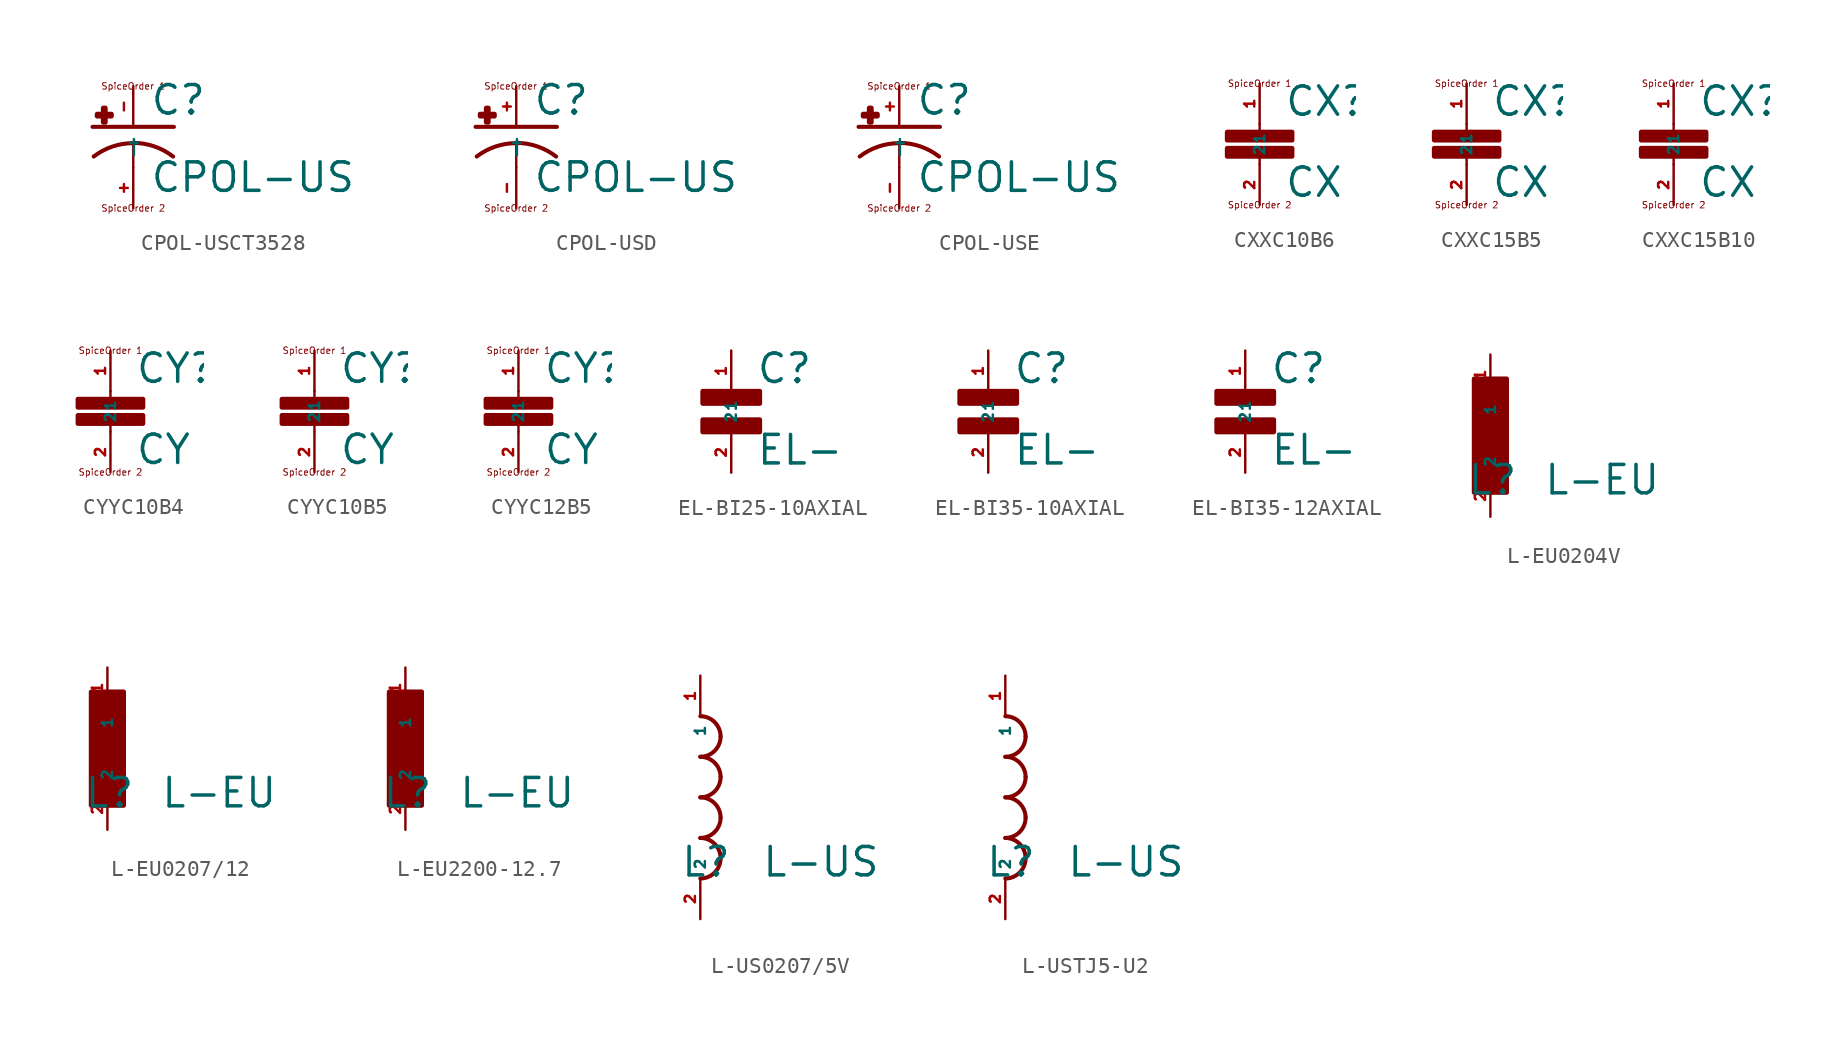
<source format=kicad_sym>
(kicad_symbol_lib
  (version 20220914)
  (generator Eagle2Kicad)
  (symbol "CPOL-USCT3528"
    (property "Reference" "C"
      (at 1.016 0.635 0)
      (effects (font (size 1.778 1.778) (thickness 0.22)) (justify left bottom)))
    (property "Value" "CPOL-US"
      (at 1.016 -4.191 0)
      (effects (font (size 1.778 1.778) (thickness 0.22)) (justify left bottom)))
    (polyline
      (pts (xy -2.54 0) (xy 2.54 0))
      (stroke (width 0.254) (type default))
      (fill (type none)))
    (polyline
      (pts (xy 0 -1.016) (xy 0 -2.54))
      (stroke (width 0.152) (type default))
      (fill (type none)))
    (arc
      (start 2.4892 -1.8542)
      (mid 1.316 -1.220)
      (end 0 -1)
      (stroke (width 0.254) (type default))
      (fill (type none)))
    (arc
      (start 0 -1.0161)
      (mid -1.302 -1.230)
      (end -2.4669 -1.8504)
      (stroke (width 0.254) (type default))
      (fill (type none)))
    (text "SpiceOrder 1"
      (at 0 2.54 0)
      (effects (font (size 0.406 0.406) (thickness 0.05))))
    (text "SpiceOrder 2"
      (at 0 -5.08 0)
      (effects (font (size 0.406 0.406) (thickness 0.05))))
    (rectangle
      (start -2.253 0.668)
      (end -1.364 0.795)
      (stroke (width 0.3) (type default))
      (fill (type outline)))
    (rectangle
      (start -1.872 0.287)
      (end -1.745 1.176)
      (stroke (width 0.3) (type default))
      (fill (type outline)))
    (pin passive line
      (at 0 2.54 270)
      (length 2.54)
      (name "+" (effects (font (size 0.635 0.635) (thickness 0.08)) (justify left bottom)))
      (number "-" (effects (font (size 0.635 0.635) (thickness 0.08)) (justify left bottom))))
    (pin passive line
      (at 0 -5.08 90)
      (length 2.54)
      (name "-" (effects (font (size 0.635 0.635) (thickness 0.08)) (justify left bottom)))
      (number "+" (effects (font (size 0.635 0.635) (thickness 0.08)) (justify left bottom)))))
  (symbol "CPOL-USD"
    (property "Reference" "C"
      (at 1.016 0.635 0)
      (effects (font (size 1.778 1.778) (thickness 0.22)) (justify left bottom)))
    (property "Value" "CPOL-US"
      (at 1.016 -4.191 0)
      (effects (font (size 1.778 1.778) (thickness 0.22)) (justify left bottom)))
    (polyline
      (pts (xy -2.54 0) (xy 2.54 0))
      (stroke (width 0.254) (type default))
      (fill (type none)))
    (polyline
      (pts (xy 0 -1.016) (xy 0 -2.54))
      (stroke (width 0.152) (type default))
      (fill (type none)))
    (arc
      (start 2.4892 -1.8542)
      (mid 1.316 -1.220)
      (end 0 -1)
      (stroke (width 0.254) (type default))
      (fill (type none)))
    (arc
      (start 0 -1.0161)
      (mid -1.302 -1.230)
      (end -2.4669 -1.8504)
      (stroke (width 0.254) (type default))
      (fill (type none)))
    (text "SpiceOrder 1"
      (at 0 2.54 0)
      (effects (font (size 0.406 0.406) (thickness 0.05))))
    (text "SpiceOrder 2"
      (at 0 -5.08 0)
      (effects (font (size 0.406 0.406) (thickness 0.05))))
    (rectangle
      (start -2.253 0.668)
      (end -1.364 0.795)
      (stroke (width 0.3) (type default))
      (fill (type outline)))
    (rectangle
      (start -1.872 0.287)
      (end -1.745 1.176)
      (stroke (width 0.3) (type default))
      (fill (type outline)))
    (pin passive line
      (at 0 2.54 270)
      (length 2.54)
      (name "+" (effects (font (size 0.635 0.635) (thickness 0.08)) (justify left bottom)))
      (number "+" (effects (font (size 0.635 0.635) (thickness 0.08)) (justify left bottom))))
    (pin passive line
      (at 0 -5.08 90)
      (length 2.54)
      (name "-" (effects (font (size 0.635 0.635) (thickness 0.08)) (justify left bottom)))
      (number "-" (effects (font (size 0.635 0.635) (thickness 0.08)) (justify left bottom)))))
  (symbol "CPOL-USE"
    (property "Reference" "C"
      (at 1.016 0.635 0)
      (effects (font (size 1.778 1.778) (thickness 0.22)) (justify left bottom)))
    (property "Value" "CPOL-US"
      (at 1.016 -4.191 0)
      (effects (font (size 1.778 1.778) (thickness 0.22)) (justify left bottom)))
    (polyline
      (pts (xy -2.54 0) (xy 2.54 0))
      (stroke (width 0.254) (type default))
      (fill (type none)))
    (polyline
      (pts (xy 0 -1.016) (xy 0 -2.54))
      (stroke (width 0.152) (type default))
      (fill (type none)))
    (arc
      (start 2.4892 -1.8542)
      (mid 1.316 -1.220)
      (end 0 -1)
      (stroke (width 0.254) (type default))
      (fill (type none)))
    (arc
      (start 0 -1.0161)
      (mid -1.302 -1.230)
      (end -2.4669 -1.8504)
      (stroke (width 0.254) (type default))
      (fill (type none)))
    (text "SpiceOrder 1"
      (at 0 2.54 0)
      (effects (font (size 0.406 0.406) (thickness 0.05))))
    (text "SpiceOrder 2"
      (at 0 -5.08 0)
      (effects (font (size 0.406 0.406) (thickness 0.05))))
    (rectangle
      (start -2.253 0.668)
      (end -1.364 0.795)
      (stroke (width 0.3) (type default))
      (fill (type outline)))
    (rectangle
      (start -1.872 0.287)
      (end -1.745 1.176)
      (stroke (width 0.3) (type default))
      (fill (type outline)))
    (pin passive line
      (at 0 2.54 270)
      (length 2.54)
      (name "+" (effects (font (size 0.635 0.635) (thickness 0.08)) (justify left bottom)))
      (number "+" (effects (font (size 0.635 0.635) (thickness 0.08)) (justify left bottom))))
    (pin passive line
      (at 0 -5.08 90)
      (length 2.54)
      (name "-" (effects (font (size 0.635 0.635) (thickness 0.08)) (justify left bottom)))
      (number "-" (effects (font (size 0.635 0.635) (thickness 0.08)) (justify left bottom)))))
  (symbol "CXXC10B6"
    (property "Reference" "CX"
      (at 1.524 0.381 0)
      (effects (font (size 1.778 1.778) (thickness 0.22)) (justify left bottom)))
    (property "Value" "CX"
      (at 1.524 -4.699 0)
      (effects (font (size 1.778 1.778) (thickness 0.22)) (justify left bottom)))
    (polyline
      (pts (xy 0 0) (xy 0 -0.508))
      (stroke (width 0.152) (type default))
      (fill (type none)))
    (polyline
      (pts (xy 0 -2.54) (xy 0 -2.032))
      (stroke (width 0.152) (type default))
      (fill (type none)))
    (text "SpiceOrder 1"
      (at 0 2.54 0)
      (effects (font (size 0.406 0.406) (thickness 0.05))))
    (text "SpiceOrder 2"
      (at 0 -5.08 0)
      (effects (font (size 0.406 0.406) (thickness 0.05))))
    (rectangle
      (start -2.032 -2.032)
      (end 2.032 -1.524)
      (stroke (width 0.3) (type default))
      (fill (type outline)))
    (rectangle
      (start -2.032 -1.016)
      (end 2.032 -0.508)
      (stroke (width 0.3) (type default))
      (fill (type outline)))
    (pin passive line
      (at 0 2.54 270)
      (length 2.54)
      (name "1" (effects (font (size 0.635 0.635) (thickness 0.08)) (justify left bottom)))
      (number "1" (effects (font (size 0.635 0.635) (thickness 0.08)) (justify left bottom))))
    (pin passive line
      (at 0 -5.08 90)
      (length 2.54)
      (name "2" (effects (font (size 0.635 0.635) (thickness 0.08)) (justify left bottom)))
      (number "2" (effects (font (size 0.635 0.635) (thickness 0.08)) (justify left bottom)))))
  (symbol "CXXC15B5"
    (property "Reference" "CX"
      (at 1.524 0.381 0)
      (effects (font (size 1.778 1.778) (thickness 0.22)) (justify left bottom)))
    (property "Value" "CX"
      (at 1.524 -4.699 0)
      (effects (font (size 1.778 1.778) (thickness 0.22)) (justify left bottom)))
    (polyline
      (pts (xy 0 0) (xy 0 -0.508))
      (stroke (width 0.152) (type default))
      (fill (type none)))
    (polyline
      (pts (xy 0 -2.54) (xy 0 -2.032))
      (stroke (width 0.152) (type default))
      (fill (type none)))
    (text "SpiceOrder 1"
      (at 0 2.54 0)
      (effects (font (size 0.406 0.406) (thickness 0.05))))
    (text "SpiceOrder 2"
      (at 0 -5.08 0)
      (effects (font (size 0.406 0.406) (thickness 0.05))))
    (rectangle
      (start -2.032 -2.032)
      (end 2.032 -1.524)
      (stroke (width 0.3) (type default))
      (fill (type outline)))
    (rectangle
      (start -2.032 -1.016)
      (end 2.032 -0.508)
      (stroke (width 0.3) (type default))
      (fill (type outline)))
    (pin passive line
      (at 0 2.54 270)
      (length 2.54)
      (name "1" (effects (font (size 0.635 0.635) (thickness 0.08)) (justify left bottom)))
      (number "1" (effects (font (size 0.635 0.635) (thickness 0.08)) (justify left bottom))))
    (pin passive line
      (at 0 -5.08 90)
      (length 2.54)
      (name "2" (effects (font (size 0.635 0.635) (thickness 0.08)) (justify left bottom)))
      (number "2" (effects (font (size 0.635 0.635) (thickness 0.08)) (justify left bottom)))))
  (symbol "CXXC15B10"
    (property "Reference" "CX"
      (at 1.524 0.381 0)
      (effects (font (size 1.778 1.778) (thickness 0.22)) (justify left bottom)))
    (property "Value" "CX"
      (at 1.524 -4.699 0)
      (effects (font (size 1.778 1.778) (thickness 0.22)) (justify left bottom)))
    (polyline
      (pts (xy 0 0) (xy 0 -0.508))
      (stroke (width 0.152) (type default))
      (fill (type none)))
    (polyline
      (pts (xy 0 -2.54) (xy 0 -2.032))
      (stroke (width 0.152) (type default))
      (fill (type none)))
    (text "SpiceOrder 1"
      (at 0 2.54 0)
      (effects (font (size 0.406 0.406) (thickness 0.05))))
    (text "SpiceOrder 2"
      (at 0 -5.08 0)
      (effects (font (size 0.406 0.406) (thickness 0.05))))
    (rectangle
      (start -2.032 -2.032)
      (end 2.032 -1.524)
      (stroke (width 0.3) (type default))
      (fill (type outline)))
    (rectangle
      (start -2.032 -1.016)
      (end 2.032 -0.508)
      (stroke (width 0.3) (type default))
      (fill (type outline)))
    (pin passive line
      (at 0 2.54 270)
      (length 2.54)
      (name "1" (effects (font (size 0.635 0.635) (thickness 0.08)) (justify left bottom)))
      (number "1" (effects (font (size 0.635 0.635) (thickness 0.08)) (justify left bottom))))
    (pin passive line
      (at 0 -5.08 90)
      (length 2.54)
      (name "2" (effects (font (size 0.635 0.635) (thickness 0.08)) (justify left bottom)))
      (number "2" (effects (font (size 0.635 0.635) (thickness 0.08)) (justify left bottom)))))
  (symbol "CYYC10B4"
    (property "Reference" "CY"
      (at 1.524 0.381 0)
      (effects (font (size 1.778 1.778) (thickness 0.22)) (justify left bottom)))
    (property "Value" "CY"
      (at 1.524 -4.699 0)
      (effects (font (size 1.778 1.778) (thickness 0.22)) (justify left bottom)))
    (polyline
      (pts (xy 0 0) (xy 0 -0.508))
      (stroke (width 0.152) (type default))
      (fill (type none)))
    (polyline
      (pts (xy 0 -2.54) (xy 0 -2.032))
      (stroke (width 0.152) (type default))
      (fill (type none)))
    (text "SpiceOrder 1"
      (at 0 2.54 0)
      (effects (font (size 0.406 0.406) (thickness 0.05))))
    (text "SpiceOrder 2"
      (at 0 -5.08 0)
      (effects (font (size 0.406 0.406) (thickness 0.05))))
    (rectangle
      (start -2.032 -2.032)
      (end 2.032 -1.524)
      (stroke (width 0.3) (type default))
      (fill (type outline)))
    (rectangle
      (start -2.032 -1.016)
      (end 2.032 -0.508)
      (stroke (width 0.3) (type default))
      (fill (type outline)))
    (pin passive line
      (at 0 2.54 270)
      (length 2.54)
      (name "1" (effects (font (size 0.635 0.635) (thickness 0.08)) (justify left bottom)))
      (number "1" (effects (font (size 0.635 0.635) (thickness 0.08)) (justify left bottom))))
    (pin passive line
      (at 0 -5.08 90)
      (length 2.54)
      (name "2" (effects (font (size 0.635 0.635) (thickness 0.08)) (justify left bottom)))
      (number "2" (effects (font (size 0.635 0.635) (thickness 0.08)) (justify left bottom)))))
  (symbol "CYYC10B5"
    (property "Reference" "CY"
      (at 1.524 0.381 0)
      (effects (font (size 1.778 1.778) (thickness 0.22)) (justify left bottom)))
    (property "Value" "CY"
      (at 1.524 -4.699 0)
      (effects (font (size 1.778 1.778) (thickness 0.22)) (justify left bottom)))
    (polyline
      (pts (xy 0 0) (xy 0 -0.508))
      (stroke (width 0.152) (type default))
      (fill (type none)))
    (polyline
      (pts (xy 0 -2.54) (xy 0 -2.032))
      (stroke (width 0.152) (type default))
      (fill (type none)))
    (text "SpiceOrder 1"
      (at 0 2.54 0)
      (effects (font (size 0.406 0.406) (thickness 0.05))))
    (text "SpiceOrder 2"
      (at 0 -5.08 0)
      (effects (font (size 0.406 0.406) (thickness 0.05))))
    (rectangle
      (start -2.032 -2.032)
      (end 2.032 -1.524)
      (stroke (width 0.3) (type default))
      (fill (type outline)))
    (rectangle
      (start -2.032 -1.016)
      (end 2.032 -0.508)
      (stroke (width 0.3) (type default))
      (fill (type outline)))
    (pin passive line
      (at 0 2.54 270)
      (length 2.54)
      (name "1" (effects (font (size 0.635 0.635) (thickness 0.08)) (justify left bottom)))
      (number "1" (effects (font (size 0.635 0.635) (thickness 0.08)) (justify left bottom))))
    (pin passive line
      (at 0 -5.08 90)
      (length 2.54)
      (name "2" (effects (font (size 0.635 0.635) (thickness 0.08)) (justify left bottom)))
      (number "2" (effects (font (size 0.635 0.635) (thickness 0.08)) (justify left bottom)))))
  (symbol "CYYC12B5"
    (property "Reference" "CY"
      (at 1.524 0.381 0)
      (effects (font (size 1.778 1.778) (thickness 0.22)) (justify left bottom)))
    (property "Value" "CY"
      (at 1.524 -4.699 0)
      (effects (font (size 1.778 1.778) (thickness 0.22)) (justify left bottom)))
    (polyline
      (pts (xy 0 0) (xy 0 -0.508))
      (stroke (width 0.152) (type default))
      (fill (type none)))
    (polyline
      (pts (xy 0 -2.54) (xy 0 -2.032))
      (stroke (width 0.152) (type default))
      (fill (type none)))
    (text "SpiceOrder 1"
      (at 0 2.54 0)
      (effects (font (size 0.406 0.406) (thickness 0.05))))
    (text "SpiceOrder 2"
      (at 0 -5.08 0)
      (effects (font (size 0.406 0.406) (thickness 0.05))))
    (rectangle
      (start -2.032 -2.032)
      (end 2.032 -1.524)
      (stroke (width 0.3) (type default))
      (fill (type outline)))
    (rectangle
      (start -2.032 -1.016)
      (end 2.032 -0.508)
      (stroke (width 0.3) (type default))
      (fill (type outline)))
    (pin passive line
      (at 0 2.54 270)
      (length 2.54)
      (name "1" (effects (font (size 0.635 0.635) (thickness 0.08)) (justify left bottom)))
      (number "1" (effects (font (size 0.635 0.635) (thickness 0.08)) (justify left bottom))))
    (pin passive line
      (at 0 -5.08 90)
      (length 2.54)
      (name "2" (effects (font (size 0.635 0.635) (thickness 0.08)) (justify left bottom)))
      (number "2" (effects (font (size 0.635 0.635) (thickness 0.08)) (justify left bottom)))))
  (symbol "EL-BI25-10AXIAL"
    (property "Reference" "C"
      (at 1.524 0.381 0)
      (effects (font (size 1.778 1.778) (thickness 0.22)) (justify left bottom)))
    (property "Value" "EL-"
      (at 1.524 -4.699 0)
      (effects (font (size 1.778 1.778) (thickness 0.22)) (justify left bottom)))
    (rectangle
      (start -1.778 -0.762)
      (end 1.778 0)
      (stroke (width 0.3) (type default))
      (fill (type outline)))
    (rectangle
      (start -1.778 -2.54)
      (end 1.778 -1.778)
      (stroke (width 0.3) (type default))
      (fill (type outline)))
    (pin passive line
      (at 0 2.54 270)
      (length 2.54)
      (name "1" (effects (font (size 0.635 0.635) (thickness 0.08)) (justify left bottom)))
      (number "1" (effects (font (size 0.635 0.635) (thickness 0.08)) (justify left bottom))))
    (pin passive line
      (at 0 -5.08 90)
      (length 2.54)
      (name "2" (effects (font (size 0.635 0.635) (thickness 0.08)) (justify left bottom)))
      (number "2" (effects (font (size 0.635 0.635) (thickness 0.08)) (justify left bottom)))))
  (symbol "EL-BI35-10AXIAL"
    (property "Reference" "C"
      (at 1.524 0.381 0)
      (effects (font (size 1.778 1.778) (thickness 0.22)) (justify left bottom)))
    (property "Value" "EL-"
      (at 1.524 -4.699 0)
      (effects (font (size 1.778 1.778) (thickness 0.22)) (justify left bottom)))
    (rectangle
      (start -1.778 -0.762)
      (end 1.778 0)
      (stroke (width 0.3) (type default))
      (fill (type outline)))
    (rectangle
      (start -1.778 -2.54)
      (end 1.778 -1.778)
      (stroke (width 0.3) (type default))
      (fill (type outline)))
    (pin passive line
      (at 0 2.54 270)
      (length 2.54)
      (name "1" (effects (font (size 0.635 0.635) (thickness 0.08)) (justify left bottom)))
      (number "1" (effects (font (size 0.635 0.635) (thickness 0.08)) (justify left bottom))))
    (pin passive line
      (at 0 -5.08 90)
      (length 2.54)
      (name "2" (effects (font (size 0.635 0.635) (thickness 0.08)) (justify left bottom)))
      (number "2" (effects (font (size 0.635 0.635) (thickness 0.08)) (justify left bottom)))))
  (symbol "EL-BI35-12AXIAL"
    (property "Reference" "C"
      (at 1.524 0.381 0)
      (effects (font (size 1.778 1.778) (thickness 0.22)) (justify left bottom)))
    (property "Value" "EL-"
      (at 1.524 -4.699 0)
      (effects (font (size 1.778 1.778) (thickness 0.22)) (justify left bottom)))
    (rectangle
      (start -1.778 -0.762)
      (end 1.778 0)
      (stroke (width 0.3) (type default))
      (fill (type outline)))
    (rectangle
      (start -1.778 -2.54)
      (end 1.778 -1.778)
      (stroke (width 0.3) (type default))
      (fill (type outline)))
    (pin passive line
      (at 0 2.54 270)
      (length 2.54)
      (name "1" (effects (font (size 0.635 0.635) (thickness 0.08)) (justify left bottom)))
      (number "1" (effects (font (size 0.635 0.635) (thickness 0.08)) (justify left bottom))))
    (pin passive line
      (at 0 -5.08 90)
      (length 2.54)
      (name "2" (effects (font (size 0.635 0.635) (thickness 0.08)) (justify left bottom)))
      (number "2" (effects (font (size 0.635 0.635) (thickness 0.08)) (justify left bottom)))))
  (symbol "L-EU0204V"
    (property "Reference" "L"
      (at -1.499 -3.81 0)
      (effects (font (size 1.778 1.778) (thickness 0.22)) (justify left bottom)))
    (property "Value" "L-EU"
      (at 3.302 -3.81 0)
      (effects (font (size 1.778 1.778) (thickness 0.22)) (justify left bottom)))
    (rectangle
      (start -1.016 -3.556)
      (end 1.016 3.556)
      (stroke (width 0.3) (type default))
      (fill (type outline)))
    (pin passive line
      (at 0 -5.08 90)
      (length 2.54)
      (name "2" (effects (font (size 0.635 0.635) (thickness 0.08)) (justify left bottom)))
      (number "2" (effects (font (size 0.635 0.635) (thickness 0.08)) (justify left bottom))))
    (pin passive line
      (at 0 5.08 270)
      (length 2.54)
      (name "1" (effects (font (size 0.635 0.635) (thickness 0.08)) (justify left bottom)))
      (number "1" (effects (font (size 0.635 0.635) (thickness 0.08)) (justify left bottom)))))
  (symbol "L-EU0207/12"
    (property "Reference" "L"
      (at -1.499 -3.81 0)
      (effects (font (size 1.778 1.778) (thickness 0.22)) (justify left bottom)))
    (property "Value" "L-EU"
      (at 3.302 -3.81 0)
      (effects (font (size 1.778 1.778) (thickness 0.22)) (justify left bottom)))
    (rectangle
      (start -1.016 -3.556)
      (end 1.016 3.556)
      (stroke (width 0.3) (type default))
      (fill (type outline)))
    (pin passive line
      (at 0 -5.08 90)
      (length 2.54)
      (name "2" (effects (font (size 0.635 0.635) (thickness 0.08)) (justify left bottom)))
      (number "2" (effects (font (size 0.635 0.635) (thickness 0.08)) (justify left bottom))))
    (pin passive line
      (at 0 5.08 270)
      (length 2.54)
      (name "1" (effects (font (size 0.635 0.635) (thickness 0.08)) (justify left bottom)))
      (number "1" (effects (font (size 0.635 0.635) (thickness 0.08)) (justify left bottom)))))
  (symbol "L-EU2200-12.7"
    (property "Reference" "L"
      (at -1.499 -3.81 0)
      (effects (font (size 1.778 1.778) (thickness 0.22)) (justify left bottom)))
    (property "Value" "L-EU"
      (at 3.302 -3.81 0)
      (effects (font (size 1.778 1.778) (thickness 0.22)) (justify left bottom)))
    (rectangle
      (start -1.016 -3.556)
      (end 1.016 3.556)
      (stroke (width 0.3) (type default))
      (fill (type outline)))
    (pin passive line
      (at 0 -5.08 90)
      (length 2.54)
      (name "2" (effects (font (size 0.635 0.635) (thickness 0.08)) (justify left bottom)))
      (number "2" (effects (font (size 0.635 0.635) (thickness 0.08)) (justify left bottom))))
    (pin passive line
      (at 0 5.08 270)
      (length 2.54)
      (name "1" (effects (font (size 0.635 0.635) (thickness 0.08)) (justify left bottom)))
      (number "1" (effects (font (size 0.635 0.635) (thickness 0.08)) (justify left bottom)))))
  (symbol "L-US0207/5V"
    (property "Reference" "L"
      (at -1.27 -5.08 0)
      (effects (font (size 1.778 1.778) (thickness 0.22)) (justify left bottom)))
    (property "Value" "L-US"
      (at 3.81 -5.08 0)
      (effects (font (size 1.778 1.778) (thickness 0.22)) (justify left bottom)))
    (arc
      (start 1.27 3.81)
      (mid 0.898 4.708)
      (end 0 5.08)
      (stroke (width 0.254) (type default))
      (fill (type none)))
    (arc
      (start 0 2.54)
      (mid 0.898 2.912)
      (end 1.27 3.81)
      (stroke (width 0.254) (type default))
      (fill (type none)))
    (arc
      (start 1.27 1.27)
      (mid 0.898 2.168)
      (end 0 2.54)
      (stroke (width 0.254) (type default))
      (fill (type none)))
    (arc
      (start 0 0)
      (mid 0.898 0.372)
      (end 1.27 1.27)
      (stroke (width 0.254) (type default))
      (fill (type none)))
    (arc
      (start 1.27 -1.27)
      (mid 0.898 -0.372)
      (end 0 0)
      (stroke (width 0.254) (type default))
      (fill (type none)))
    (arc
      (start 0 -2.54)
      (mid 0.898 -2.168)
      (end 1.27 -1.27)
      (stroke (width 0.254) (type default))
      (fill (type none)))
    (arc
      (start 1.27 -3.81)
      (mid 0.898 -2.912)
      (end 0 -2.54)
      (stroke (width 0.254) (type default))
      (fill (type none)))
    (arc
      (start 0 -5.08)
      (mid 0.898 -4.708)
      (end 1.27 -3.81)
      (stroke (width 0.254) (type default))
      (fill (type none)))
    (pin passive line
      (at 0 -7.62 90)
      (length 2.54)
      (name "2" (effects (font (size 0.635 0.635) (thickness 0.08)) (justify left bottom)))
      (number "2" (effects (font (size 0.635 0.635) (thickness 0.08)) (justify left bottom))))
    (pin passive line
      (at 0 7.62 270)
      (length 2.54)
      (name "1" (effects (font (size 0.635 0.635) (thickness 0.08)) (justify left bottom)))
      (number "1" (effects (font (size 0.635 0.635) (thickness 0.08)) (justify left bottom)))))
  (symbol "L-USTJ5-U2"
    (property "Reference" "L"
      (at -1.27 -5.08 0)
      (effects (font (size 1.778 1.778) (thickness 0.22)) (justify left bottom)))
    (property "Value" "L-US"
      (at 3.81 -5.08 0)
      (effects (font (size 1.778 1.778) (thickness 0.22)) (justify left bottom)))
    (arc
      (start 1.27 3.81)
      (mid 0.898 4.708)
      (end 0 5.08)
      (stroke (width 0.254) (type default))
      (fill (type none)))
    (arc
      (start 0 2.54)
      (mid 0.898 2.912)
      (end 1.27 3.81)
      (stroke (width 0.254) (type default))
      (fill (type none)))
    (arc
      (start 1.27 1.27)
      (mid 0.898 2.168)
      (end 0 2.54)
      (stroke (width 0.254) (type default))
      (fill (type none)))
    (arc
      (start 0 0)
      (mid 0.898 0.372)
      (end 1.27 1.27)
      (stroke (width 0.254) (type default))
      (fill (type none)))
    (arc
      (start 1.27 -1.27)
      (mid 0.898 -0.372)
      (end 0 0)
      (stroke (width 0.254) (type default))
      (fill (type none)))
    (arc
      (start 0 -2.54)
      (mid 0.898 -2.168)
      (end 1.27 -1.27)
      (stroke (width 0.254) (type default))
      (fill (type none)))
    (arc
      (start 1.27 -3.81)
      (mid 0.898 -2.912)
      (end 0 -2.54)
      (stroke (width 0.254) (type default))
      (fill (type none)))
    (arc
      (start 0 -5.08)
      (mid 0.898 -4.708)
      (end 1.27 -3.81)
      (stroke (width 0.254) (type default))
      (fill (type none)))
    (pin passive line
      (at 0 -7.62 90)
      (length 2.54)
      (name "2" (effects (font (size 0.635 0.635) (thickness 0.08)) (justify left bottom)))
      (number "2" (effects (font (size 0.635 0.635) (thickness 0.08)) (justify left bottom))))
    (pin passive line
      (at 0 7.62 270)
      (length 2.54)
      (name "1" (effects (font (size 0.635 0.635) (thickness 0.08)) (justify left bottom)))
      (number "1" (effects (font (size 0.635 0.635) (thickness 0.08)) (justify left bottom))))))
</source>
